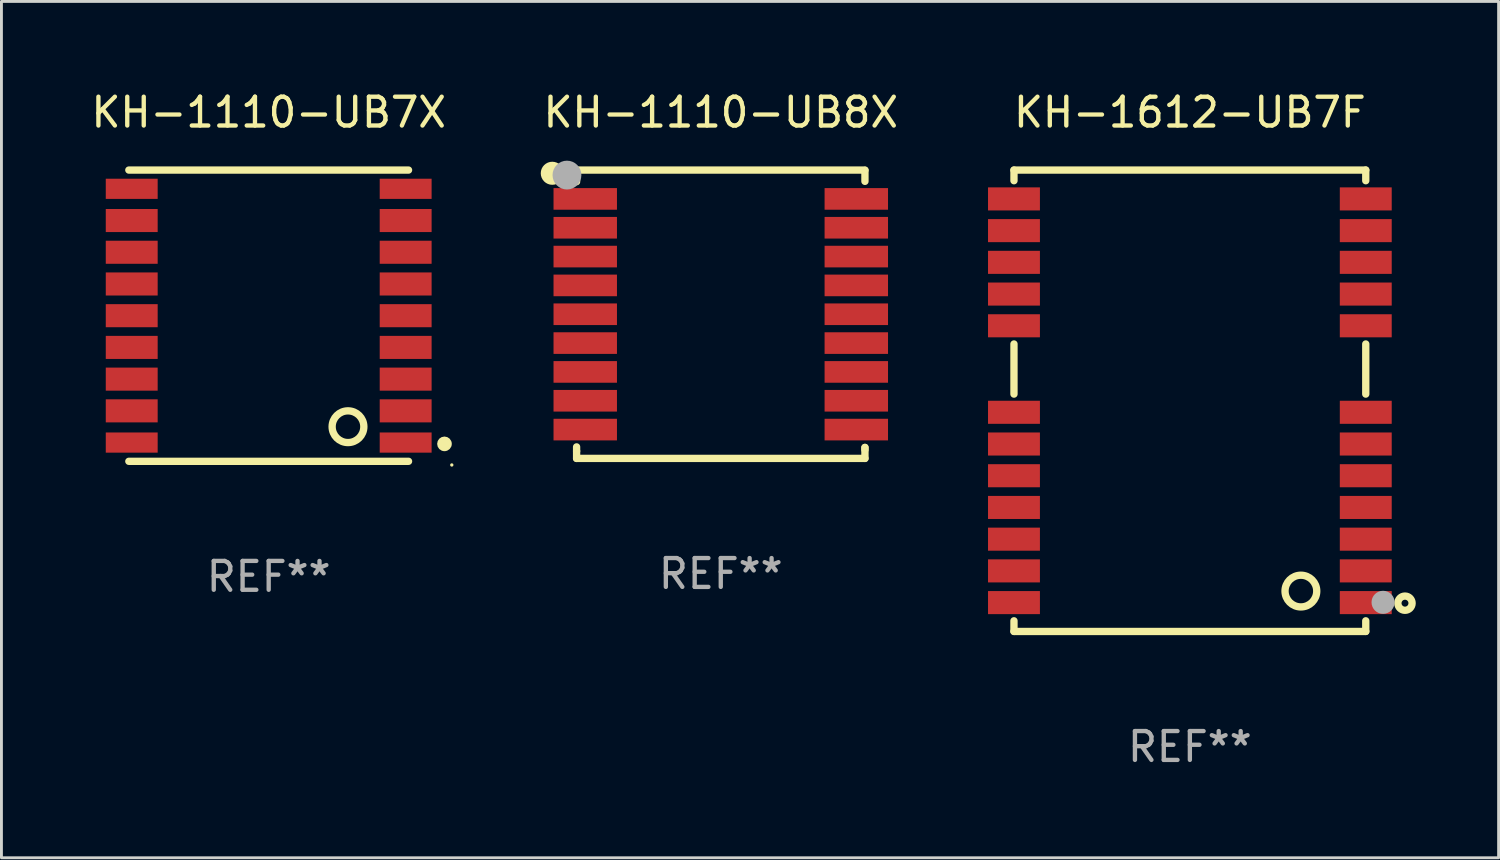
<source format=kicad_pcb>
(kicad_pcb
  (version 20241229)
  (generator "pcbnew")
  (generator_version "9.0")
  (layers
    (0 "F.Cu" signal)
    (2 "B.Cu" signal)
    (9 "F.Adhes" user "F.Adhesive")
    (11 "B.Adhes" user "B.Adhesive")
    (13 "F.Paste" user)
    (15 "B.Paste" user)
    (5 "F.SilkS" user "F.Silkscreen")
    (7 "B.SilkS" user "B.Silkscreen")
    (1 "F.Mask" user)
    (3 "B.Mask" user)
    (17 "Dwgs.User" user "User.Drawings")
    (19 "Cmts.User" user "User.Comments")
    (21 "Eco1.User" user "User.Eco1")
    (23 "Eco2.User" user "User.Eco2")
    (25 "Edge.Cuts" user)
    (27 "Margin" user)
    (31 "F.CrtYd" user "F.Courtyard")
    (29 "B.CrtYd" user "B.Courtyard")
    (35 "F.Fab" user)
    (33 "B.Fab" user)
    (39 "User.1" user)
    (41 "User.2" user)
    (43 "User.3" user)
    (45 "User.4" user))
  (footprint "KH-1110-UB7X"
    (layer "F.Cu")
    (at 6.268 7.898)
    (property "Reference" "KH-1110-UB7X" (at 0 -7.05 0) (layer "F.SilkS") (effects (font (size 1 1) (thickness 0.15))))
    (attr through_hole)
    (fp_line (start -4.85 -5.05) (end 4.85 -5.05) (stroke (width 0.254) (type solid)) (layer "F.SilkS"))
    (fp_line (start -4.85 5.05) (end 4.85 5.05) (stroke (width 0.254) (type solid)) (layer "F.SilkS"))
    (fp_circle (center 2.75 3.85) (end 3.3 3.85) (stroke (width 0.254) (type solid)) (fill no) (layer "F.SilkS"))
    (fp_circle (center 6.096 4.445) (end 6.223 4.445) (stroke (width 0.254) (type solid)) (fill no) (layer "F.SilkS"))
    (fp_circle (center 6.35 5.177) (end 6.38 5.177) (stroke (width 0.06) (type solid)) (fill no) (layer "F.SilkS"))
    (fp_text user "REF**" (at 0 9.05 0) (layer "F.Fab") (effects (font (size 1 1) (thickness 0.15))))
    (pad "1" smd rect (at 4.75 4.4 90) (size 0.7 1.8) (layers "F.Cu" "F.Mask" "F.Paste"))
    (pad "2" smd rect (at 4.75 3.3 90) (size 0.8 1.8) (layers "F.Cu" "F.Mask" "F.Paste"))
    (pad "3" smd rect (at 4.75 2.2 90) (size 0.8 1.8) (layers "F.Cu" "F.Mask" "F.Paste"))
    (pad "4" smd rect (at 4.75 1.1 90) (size 0.8 1.8) (layers "F.Cu" "F.Mask" "F.Paste"))
    (pad "5" smd rect (at 4.75 -0.000013 90) (size 0.8 1.8) (layers "F.Cu" "F.Mask" "F.Paste"))
    (pad "6" smd rect (at 4.75 -1.1 90) (size 0.8 1.8) (layers "F.Cu" "F.Mask" "F.Paste"))
    (pad "7" smd rect (at 4.75 -2.2 90) (size 0.8 1.8) (layers "F.Cu" "F.Mask" "F.Paste"))
    (pad "8" smd rect (at 4.75 -3.3 90) (size 0.8 1.8) (layers "F.Cu" "F.Mask" "F.Paste"))
    (pad "9" smd rect (at 4.75 -4.4 90) (size 0.7 1.8) (layers "F.Cu" "F.Mask" "F.Paste"))
    (pad "10" smd rect (at -4.75 -4.4 90) (size 0.7 1.8) (layers "F.Cu" "F.Mask" "F.Paste"))
    (pad "11" smd rect (at -4.75 -3.3 90) (size 0.8 1.8) (layers "F.Cu" "F.Mask" "F.Paste"))
    (pad "12" smd rect (at -4.75 -2.2 90) (size 0.8 1.8) (layers "F.Cu" "F.Mask" "F.Paste"))
    (pad "13" smd rect (at -4.75 -1.1 90) (size 0.8 1.8) (layers "F.Cu" "F.Mask" "F.Paste"))
    (pad "14" smd rect (at -4.75 -0.000013 90) (size 0.8 1.8) (layers "F.Cu" "F.Mask" "F.Paste"))
    (pad "15" smd rect (at -4.75 1.1 90) (size 0.8 1.8) (layers "F.Cu" "F.Mask" "F.Paste"))
    (pad "16" smd rect (at -4.75 2.2 90) (size 0.8 1.8) (layers "F.Cu" "F.Mask" "F.Paste"))
    (pad "17" smd rect (at -4.75 3.3 90) (size 0.8 1.8) (layers "F.Cu" "F.Mask" "F.Paste"))
    (pad "18" smd rect (at -4.75 4.4 90) (size 0.7 1.8) (layers "F.Cu" "F.Mask" "F.Paste")))
  (footprint "KH-1612-UB7F"
    (layer "F.Cu")
    (at 38.214 10.848)
    (property "Reference" "KH-1612-UB7F" (at 0 -10 0) (layer "F.SilkS") (effects (font (size 1 1) (thickness 0.15))))
    (attr through_hole)
    (fp_line (start -6.1 -8) (end -6.1 -7.631) (stroke (width 0.254) (type solid)) (layer "F.SilkS"))
    (fp_line (start -6.1 -8) (end 6.1 -8) (stroke (width 0.254) (type solid)) (layer "F.SilkS"))
    (fp_line (start -6.1 -1.969) (end -6.1 -0.231) (stroke (width 0.254) (type solid)) (layer "F.SilkS"))
    (fp_line (start -6.1 7.631) (end -6.1 8) (stroke (width 0.254) (type solid)) (layer "F.SilkS"))
    (fp_line (start -6.1 8) (end 6.1 8) (stroke (width 0.254) (type solid)) (layer "F.SilkS"))
    (fp_line (start 6.1 -8) (end 6.1 -7.631) (stroke (width 0.254) (type solid)) (layer "F.SilkS"))
    (fp_line (start 6.1 -1.969) (end 6.1 -0.231) (stroke (width 0.254) (type solid)) (layer "F.SilkS"))
    (fp_line (start 6.1 7.631) (end 6.1 8) (stroke (width 0.254) (type solid)) (layer "F.SilkS"))
    (fp_circle (center 3.85 6.6) (end 4.4 6.6) (stroke (width 0.254) (type solid)) (fill no) (layer "F.SilkS"))
    (fp_circle (center 6.1 8) (end 6.13 8) (stroke (width 0.06) (type solid)) (fill no) (layer "F.SilkS"))
    (fp_circle (center 7.46 7.02) (end 7.58 7.02) (stroke (width 0.254) (type solid)) (fill no) (layer "F.SilkS"))
    (fp_circle (center 6.7 6.99) (end 6.9 6.99) (stroke (width 0.4) (type solid)) (fill no) (layer "F.Fab"))
    (fp_text user "REF**" (at 0 12 0) (layer "F.Fab") (effects (font (size 1 1) (thickness 0.15))))
    (pad "1" smd rect (at 6.1 7 90) (size 0.8 1.8) (layers "F.Cu" "F.Mask" "F.Paste"))
    (pad "2" smd rect (at 6.1 5.9 90) (size 0.8 1.8) (layers "F.Cu" "F.Mask" "F.Paste"))
    (pad "3" smd rect (at 6.1 4.8 90) (size 0.8 1.8) (layers "F.Cu" "F.Mask" "F.Paste"))
    (pad "4" smd rect (at 6.1 3.7 90) (size 0.8 1.8) (layers "F.Cu" "F.Mask" "F.Paste"))
    (pad "5" smd rect (at 6.1 2.6 90) (size 0.8 1.8) (layers "F.Cu" "F.Mask" "F.Paste"))
    (pad "6" smd rect (at 6.1 1.5 90) (size 0.8 1.8) (layers "F.Cu" "F.Mask" "F.Paste"))
    (pad "7" smd rect (at 6.1 0.4 90) (size 0.8 1.8) (layers "F.Cu" "F.Mask" "F.Paste"))
    (pad "8" smd rect (at 6.1 -2.6 90) (size 0.8 1.8) (layers "F.Cu" "F.Mask" "F.Paste"))
    (pad "9" smd rect (at 6.1 -3.7 90) (size 0.8 1.8) (layers "F.Cu" "F.Mask" "F.Paste"))
    (pad "10" smd rect (at 6.1 -4.8 90) (size 0.8 1.8) (layers "F.Cu" "F.Mask" "F.Paste"))
    (pad "11" smd rect (at 6.1 -5.9 90) (size 0.8 1.8) (layers "F.Cu" "F.Mask" "F.Paste"))
    (pad "12" smd rect (at 6.1 -7 90) (size 0.8 1.8) (layers "F.Cu" "F.Mask" "F.Paste"))
    (pad "13" smd rect (at -6.1 -7 90) (size 0.8 1.8) (layers "F.Cu" "F.Mask" "F.Paste"))
    (pad "14" smd rect (at -6.1 -5.9 90) (size 0.8 1.8) (layers "F.Cu" "F.Mask" "F.Paste"))
    (pad "15" smd rect (at -6.1 -4.8 90) (size 0.8 1.8) (layers "F.Cu" "F.Mask" "F.Paste"))
    (pad "16" smd rect (at -6.1 -3.7 90) (size 0.8 1.8) (layers "F.Cu" "F.Mask" "F.Paste"))
    (pad "17" smd rect (at -6.1 -2.6 90) (size 0.8 1.8) (layers "F.Cu" "F.Mask" "F.Paste"))
    (pad "18" smd rect (at -6.1 0.4 90) (size 0.8 1.8) (layers "F.Cu" "F.Mask" "F.Paste"))
    (pad "19" smd rect (at -6.1 1.5 90) (size 0.8 1.8) (layers "F.Cu" "F.Mask" "F.Paste"))
    (pad "20" smd rect (at -6.1 2.6 90) (size 0.8 1.8) (layers "F.Cu" "F.Mask" "F.Paste"))
    (pad "21" smd rect (at -6.1 3.7 90) (size 0.8 1.8) (layers "F.Cu" "F.Mask" "F.Paste"))
    (pad "22" smd rect (at -6.1 4.8 90) (size 0.8 1.8) (layers "F.Cu" "F.Mask" "F.Paste"))
    (pad "23" smd rect (at -6.1 5.9 90) (size 0.8 1.8) (layers "F.Cu" "F.Mask" "F.Paste"))
    (pad "24" smd rect (at -6.1 7 90) (size 0.8 1.8) (layers "F.Cu" "F.Mask" "F.Paste")))
  (footprint "KH-1110-UB8X"
    (layer "F.Cu")
    (at 21.946 7.848)
    (property "Reference" "KH-1110-UB8X" (at 0 -7 0) (layer "F.SilkS") (effects (font (size 1 1) (thickness 0.15))))
    (attr through_hole)
    (fp_line (start -5 -5) (end 5 -5) (stroke (width 0.254) (type solid)) (layer "F.SilkS"))
    (fp_line (start -5 4.746) (end -5 4.6) (stroke (width 0.254) (type solid)) (layer "F.SilkS"))
    (fp_line (start -5 5) (end -5 4.746) (stroke (width 0.254) (type solid)) (layer "F.SilkS"))
    (fp_line (start -5 5) (end 5 5) (stroke (width 0.254) (type solid)) (layer "F.SilkS"))
    (fp_line (start -5 -4.98) (end -5 -4.599) (stroke (width 0.254) (type solid)) (layer "F.SilkS"))
    (fp_line (start 5 4.619) (end 5 4.7) (stroke (width 0.254) (type solid)) (layer "F.SilkS"))
    (fp_line (start 5 5) (end 5 4.619) (stroke (width 0.254) (type solid)) (layer "F.SilkS"))
    (fp_line (start 5 -4.99) (end 5 -4.609) (stroke (width 0.254) (type solid)) (layer "F.SilkS"))
    (fp_circle (center -5.843 -4.889) (end -5.643 -4.889) (stroke (width 0.4) (type solid)) (fill no) (layer "F.SilkS"))
    (fp_circle (center -4.85 -5.05) (end -4.82 -5.05) (stroke (width 0.06) (type solid)) (fill no) (layer "F.SilkS"))
    (fp_circle (center -5.334 -4.826) (end -5.084 -4.826) (stroke (width 0.5) (type solid)) (fill no) (layer "F.Fab"))
    (fp_text user "REF**" (at 0 9 0) (layer "F.Fab") (effects (font (size 1 1) (thickness 0.15))))
    (pad "1" smd rect (at -4.7 -4) (size 2.2 0.75) (layers "F.Cu" "F.Mask" "F.Paste"))
    (pad "2" smd rect (at -4.7 -3) (size 2.2 0.75) (layers "F.Cu" "F.Mask" "F.Paste"))
    (pad "3" smd rect (at -4.7 -2) (size 2.2 0.75) (layers "F.Cu" "F.Mask" "F.Paste"))
    (pad "4" smd rect (at -4.7 -1) (size 2.2 0.75) (layers "F.Cu" "F.Mask" "F.Paste"))
    (pad "5" smd rect (at -4.7 -0.000013) (size 2.2 0.75) (layers "F.Cu" "F.Mask" "F.Paste"))
    (pad "6" smd rect (at -4.7 1) (size 2.2 0.75) (layers "F.Cu" "F.Mask" "F.Paste"))
    (pad "7" smd rect (at -4.7 2) (size 2.2 0.75) (layers "F.Cu" "F.Mask" "F.Paste"))
    (pad "8" smd rect (at -4.7 3) (size 2.2 0.75) (layers "F.Cu" "F.Mask" "F.Paste"))
    (pad "9" smd rect (at -4.7 4) (size 2.2 0.75) (layers "F.Cu" "F.Mask" "F.Paste"))
    (pad "10" smd rect (at 4.7 4) (size 2.2 0.75) (layers "F.Cu" "F.Mask" "F.Paste"))
    (pad "11" smd rect (at 4.7 3) (size 2.2 0.75) (layers "F.Cu" "F.Mask" "F.Paste"))
    (pad "12" smd rect (at 4.7 2) (size 2.2 0.75) (layers "F.Cu" "F.Mask" "F.Paste"))
    (pad "13" smd rect (at 4.7 1) (size 2.2 0.75) (layers "F.Cu" "F.Mask" "F.Paste"))
    (pad "14" smd rect (at 4.7 -0.000013) (size 2.2 0.75) (layers "F.Cu" "F.Mask" "F.Paste"))
    (pad "15" smd rect (at 4.7 -1) (size 2.2 0.75) (layers "F.Cu" "F.Mask" "F.Paste"))
    (pad "16" smd rect (at 4.7 -2) (size 2.2 0.75) (layers "F.Cu" "F.Mask" "F.Paste"))
    (pad "17" smd rect (at 4.7 -3) (size 2.2 0.75) (layers "F.Cu" "F.Mask" "F.Paste"))
    (pad "18" smd rect (at 4.7 -4) (size 2.2 0.75) (layers "F.Cu" "F.Mask" "F.Paste")))
  (gr_rect
    (start -3 -3)
    (end 48.921 26.697)
    (stroke (width 0.1) (type default))
    (fill no)
    (layer "Edge.Cuts")))
</source>
